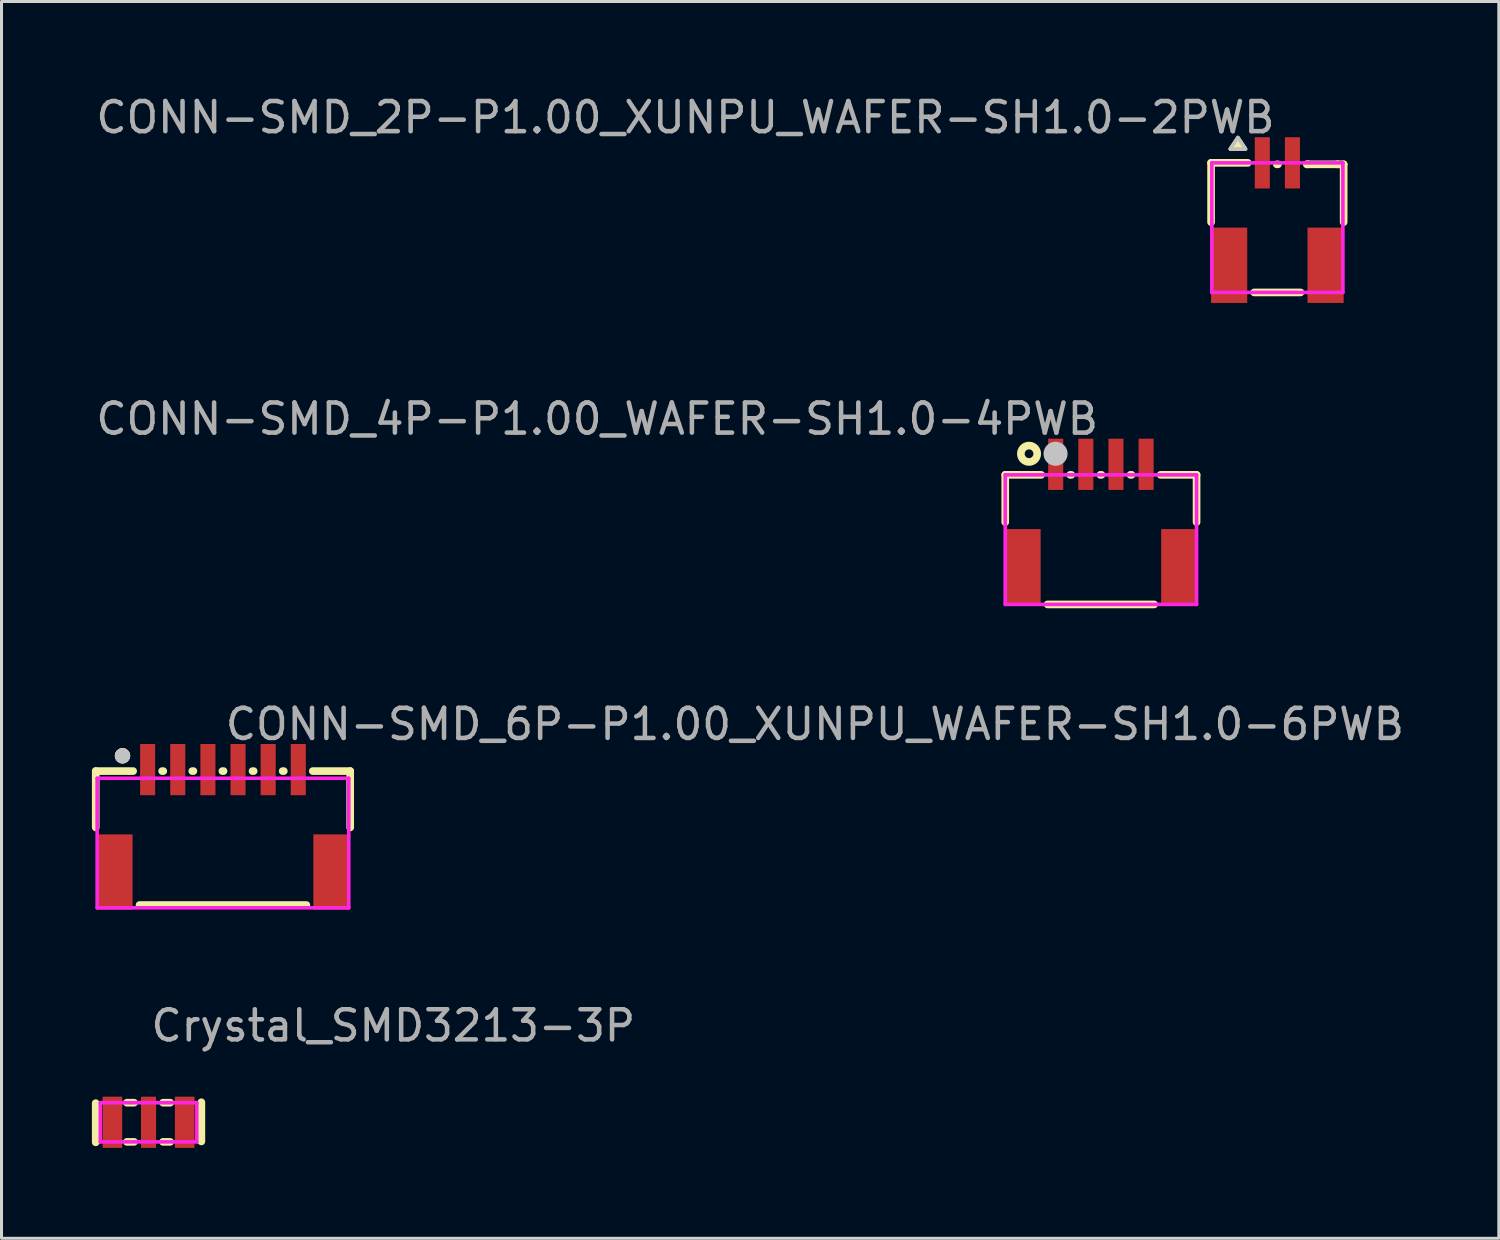
<source format=kicad_pcb>
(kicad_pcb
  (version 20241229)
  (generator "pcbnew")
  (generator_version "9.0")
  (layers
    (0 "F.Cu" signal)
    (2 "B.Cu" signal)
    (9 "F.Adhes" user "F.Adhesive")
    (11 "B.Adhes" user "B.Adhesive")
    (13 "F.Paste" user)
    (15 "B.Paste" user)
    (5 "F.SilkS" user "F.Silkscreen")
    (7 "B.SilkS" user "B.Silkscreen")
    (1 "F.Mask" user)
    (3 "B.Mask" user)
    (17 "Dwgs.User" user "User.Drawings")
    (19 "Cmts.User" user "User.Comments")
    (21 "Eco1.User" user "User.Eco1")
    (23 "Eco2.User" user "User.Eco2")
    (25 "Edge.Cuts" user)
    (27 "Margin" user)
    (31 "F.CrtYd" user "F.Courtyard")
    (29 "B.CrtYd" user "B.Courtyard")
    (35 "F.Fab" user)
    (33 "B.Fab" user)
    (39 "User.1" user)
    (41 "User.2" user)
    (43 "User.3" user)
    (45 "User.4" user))
  (footprint "CONN-SMD_6P-P1.00_XUNPU_WAFER-SH1.0-6PWB"
    (layer "F.Cu")
    (at 4.35 24.193)
    (property "Reference" "CONN-SMD_6P-P1.00_XUNPU_WAFER-SH1.0-6PWB" (at 0 -3.207 0) (layer "F.Fab") (effects (font (size 1 1) (thickness 0.15)) (justify left)))
    (attr through_hole)
    (fp_line (start -4.223 -1.651) (end -4.223 0.22) (stroke (width 0.254) (type solid)) (layer "F.SilkS"))
    (fp_line (start -4.223 -1.651) (end -2.981 -1.651) (stroke (width 0.254) (type solid)) (layer "F.SilkS"))
    (fp_line (start -2.019 -1.651) (end -1.981 -1.651) (stroke (width 0.254) (type solid)) (layer "F.SilkS"))
    (fp_line (start -1.019 -1.651) (end -0.981 -1.651) (stroke (width 0.254) (type solid)) (layer "F.SilkS"))
    (fp_line (start -0.019 -1.651) (end 0.019 -1.651) (stroke (width 0.254) (type solid)) (layer "F.SilkS"))
    (fp_line (start 0.981 -1.651) (end 1.019 -1.651) (stroke (width 0.254) (type solid)) (layer "F.SilkS"))
    (fp_line (start 1.981 -1.651) (end 2.019 -1.651) (stroke (width 0.254) (type solid)) (layer "F.SilkS"))
    (fp_line (start 2.769 2.794) (end -2.769 2.794) (stroke (width 0.254) (type solid)) (layer "F.SilkS"))
    (fp_line (start 2.981 -1.651) (end 4.223 -1.651) (stroke (width 0.254) (type solid)) (layer "F.SilkS"))
    (fp_line (start 4.223 -1.651) (end 4.223 0.22) (stroke (width 0.254) (type solid)) (layer "F.SilkS"))
    (fp_circle (center -3.334 -2.159) (end -3.207 -2.159) (stroke (width 0.254) (type solid)) (fill no) (layer "F.SilkS"))
    (fp_circle (center -3.334 -2.159) (end -3.207 -2.159) (stroke (width 0.254) (type solid)) (fill no) (layer "F.SilkS"))
    (fp_circle (center -3.334 -2.159) (end -3.207 -2.159) (stroke (width 0.254) (type solid)) (fill no) (layer "Dwgs.User"))
    (fp_circle (center -4.175 -2.163) (end -4.145 -2.163) (stroke (width 0.06) (type solid)) (fill no) (layer "Eco2.User"))
    (fp_poly (pts (xy -3.7 0.95) (xy -3.5 0.95) (xy -3.5 2.45) (xy -3.7 2.45)) (stroke (width 0.12) (type solid)) (fill no) (layer "Eco2.User"))
    (fp_poly (pts (xy -2.6 -2.163) (xy -2.4 -2.163) (xy -2.4 -1.363) (xy -2.6 -1.363)) (stroke (width 0.12) (type solid)) (fill no) (layer "Eco2.User"))
    (fp_poly (pts (xy -1.6 -2.163) (xy -1.4 -2.163) (xy -1.4 -1.363) (xy -1.6 -1.363)) (stroke (width 0.12) (type solid)) (fill no) (layer "Eco2.User"))
    (fp_poly (pts (xy -0.6 -2.163) (xy -0.4 -2.163) (xy -0.4 -1.363) (xy -0.6 -1.363)) (stroke (width 0.12) (type solid)) (fill no) (layer "Eco2.User"))
    (fp_poly (pts (xy 0.4 -2.163) (xy 0.6 -2.163) (xy 0.6 -1.363) (xy 0.4 -1.363)) (stroke (width 0.12) (type solid)) (fill no) (layer "Eco2.User"))
    (fp_poly (pts (xy 1.4 -2.163) (xy 1.6 -2.163) (xy 1.6 -1.363) (xy 1.4 -1.363)) (stroke (width 0.12) (type solid)) (fill no) (layer "Eco2.User"))
    (fp_poly (pts (xy 2.4 -2.163) (xy 2.6 -2.163) (xy 2.6 -1.363) (xy 2.4 -1.363)) (stroke (width 0.12) (type solid)) (fill no) (layer "Eco2.User"))
    (fp_poly (pts (xy 3.5 0.95) (xy 3.7 0.95) (xy 3.7 2.45) (xy 3.5 2.45)) (stroke (width 0.12) (type solid)) (fill no) (layer "Eco2.User"))
    (fp_line (start -4.175 -1.413) (end 4.175 -1.413) (stroke (width 0.12) (type solid)) (layer "F.CrtYd"))
    (fp_line (start -4.175 2.887) (end -4.175 -1.413) (stroke (width 0.12) (type solid)) (layer "F.CrtYd"))
    (fp_line (start 4.175 -1.413) (end 4.175 2.887) (stroke (width 0.12) (type solid)) (layer "F.CrtYd"))
    (fp_line (start 4.175 2.887) (end -4.175 2.887) (stroke (width 0.12) (type solid)) (layer "F.CrtYd"))
    (pad "1" smd rect (at -2.5 -1.7) (size 0.5 1.7) (layers "F.Cu" "F.Mask" "F.Paste"))
    (pad "2" smd rect (at -1.5 -1.7) (size 0.5 1.7) (layers "F.Cu" "F.Mask" "F.Paste"))
    (pad "3" smd rect (at -0.5 -1.7) (size 0.5 1.7) (layers "F.Cu" "F.Mask" "F.Paste"))
    (pad "4" smd rect (at 0.5 -1.7) (size 0.5 1.7) (layers "F.Cu" "F.Mask" "F.Paste"))
    (pad "5" smd rect (at 1.5 -1.7) (size 0.5 1.7) (layers "F.Cu" "F.Mask" "F.Paste"))
    (pad "6" smd rect (at 2.5 -1.7) (size 0.5 1.7) (layers "F.Cu" "F.Mask" "F.Paste"))
    (pad "7" smd rect (at 3.6 1.7) (size 1.2 2.5) (layers "F.Cu" "F.Mask" "F.Paste"))
    (pad "8" smd rect (at -3.6 1.7) (size 1.2 2.5) (layers "F.Cu" "F.Mask" "F.Paste")))
  (footprint "Crystal_SMD3213-3P"
    (layer "F.Cu")
    (at 1.88 34.198)
    (property "Reference" "Crystal_SMD3213-3P" (at 0 -3.207 0) (layer "F.Fab") (effects (font (size 1 1) (thickness 0.15)) (justify left)))
    (attr smd)
    (fp_line (start -1.753 -0.635) (end -1.753 0.665) (stroke (width 0.254) (type solid)) (layer "F.SilkS"))
    (fp_line (start -0.718 -0.65) (end -0.481 -0.65) (stroke (width 0.254) (type solid)) (layer "F.SilkS"))
    (fp_line (start -0.718 0.65) (end -0.481 0.65) (stroke (width 0.254) (type solid)) (layer "F.SilkS"))
    (fp_line (start 0.481 -0.65) (end 0.718 -0.65) (stroke (width 0.254) (type solid)) (layer "F.SilkS"))
    (fp_line (start 0.481 0.65) (end 0.718 0.65) (stroke (width 0.254) (type solid)) (layer "F.SilkS"))
    (fp_line (start 1.753 0.635) (end 1.753 -0.665) (stroke (width 0.254) (type solid)) (layer "F.SilkS"))
    (fp_circle (center -1.6 0.65) (end -1.57 0.65) (stroke (width 0.06) (type solid)) (fill no) (layer "Eco2.User"))
    (fp_poly (pts (xy -1 -0.65) (xy -1 0.65) (xy -1.4 0.65) (xy -1.4 -0.65)) (stroke (width 0.12) (type solid)) (fill no) (layer "Eco2.User"))
    (fp_poly (pts (xy 0.2 -0.65) (xy 0.2 0.65) (xy -0.2 0.65) (xy -0.2 -0.65)) (stroke (width 0.12) (type solid)) (fill no) (layer "Eco2.User"))
    (fp_poly (pts (xy 1.4 -0.65) (xy 1.4 0.65) (xy 1 0.65) (xy 1 -0.65)) (stroke (width 0.12) (type solid)) (fill no) (layer "Eco2.User"))
    (fp_line (start -1.6 -0.65) (end 1.6 -0.65) (stroke (width 0.12) (type solid)) (layer "F.CrtYd"))
    (fp_line (start -1.6 0.65) (end -1.6 -0.65) (stroke (width 0.12) (type solid)) (layer "F.CrtYd"))
    (fp_line (start 1.6 -0.65) (end 1.6 0.65) (stroke (width 0.12) (type solid)) (layer "F.CrtYd"))
    (fp_line (start 1.6 0.65) (end -1.6 0.65) (stroke (width 0.12) (type solid)) (layer "F.CrtYd"))
    (pad "1" smd rect (at -1.2 0) (size 0.65 1.7) (layers "F.Cu" "F.Mask" "F.Paste"))
    (pad "2" smd rect (at 0 0) (size 0.5 1.7) (layers "F.Cu" "F.Mask" "F.Paste"))
    (pad "3" smd rect (at 1.2 0) (size 0.65 1.7) (layers "F.Cu" "F.Mask" "F.Paste")))
  (footprint "CONN-SMD_2P-P1.00_XUNPU_WAFER-SH1.0-2PWB"
    (layer "F.Cu")
    (at 39.345 4.055)
    (property "Reference" "CONN-SMD_2P-P1.00_XUNPU_WAFER-SH1.0-2PWB" (at 0 -3.207 180) (layer "F.Fab") (effects (font (size 1 1) (thickness 0.15)) (justify right)))
    (attr through_hole)
    (fp_line (start -2.2 -1.7) (end -2.2 0.269) (stroke (width 0.254) (type solid)) (layer "F.SilkS"))
    (fp_line (start -0.98 -1.7) (end -2.2 -1.7) (stroke (width 0.254) (type solid)) (layer "F.SilkS"))
    (fp_line (start -0.019 -1.651) (end 0.019 -1.651) (stroke (width 0.254) (type solid)) (layer "F.SilkS"))
    (fp_line (start 0.769 2.6) (end -0.769 2.6) (stroke (width 0.254) (type solid)) (layer "F.SilkS"))
    (fp_line (start 0.981 -1.651) (end 1.019 -1.651) (stroke (width 0.254) (type solid)) (layer "F.SilkS"))
    (fp_line (start 0.981 -1.651) (end 2.2 -1.651) (stroke (width 0.254) (type solid)) (layer "F.SilkS"))
    (fp_line (start 1.981 -1.651) (end 2.019 -1.651) (stroke (width 0.254) (type solid)) (layer "F.SilkS"))
    (fp_line (start 2.2 -1.651) (end 2.2 0.268) (stroke (width 0.254) (type solid)) (layer "F.SilkS"))
    (fp_poly (pts (xy -1.31 -2.54) (xy -1.564 -2.159) (xy -1.056 -2.159)) (stroke (width 0.12) (type solid)) (fill yes) (layer "F.SilkS"))
    (fp_poly (pts (xy -1.31 -2.54) (xy -1.564 -2.159) (xy -1.056 -2.159)) (stroke (width 0.12) (type solid)) (fill no) (layer "Dwgs.User"))
    (fp_circle (center -2.175 -2.45) (end -2.145 -2.45) (stroke (width 0.06) (type solid)) (fill no) (layer "Eco2.User"))
    (fp_poly (pts (xy -1.7 0.6) (xy -1.5 0.6) (xy -1.5 2.6) (xy -1.7 2.6)) (stroke (width 0.12) (type solid)) (fill no) (layer "Eco2.User"))
    (fp_poly (pts (xy -0.6 -2.45) (xy -0.4 -2.45) (xy -0.4 -1) (xy -0.6 -1)) (stroke (width 0.12) (type solid)) (fill no) (layer "Eco2.User"))
    (fp_poly (pts (xy 0.4 -2.45) (xy 0.6 -2.45) (xy 0.6 -1) (xy 0.4 -1)) (stroke (width 0.12) (type solid)) (fill no) (layer "Eco2.User"))
    (fp_poly (pts (xy 1.5 0.6) (xy 1.7 0.6) (xy 1.7 2.6) (xy 1.5 2.6)) (stroke (width 0.12) (type solid)) (fill no) (layer "Eco2.User"))
    (fp_line (start -2.175 -1.7) (end 2.175 -1.7) (stroke (width 0.12) (type solid)) (layer "F.CrtYd"))
    (fp_line (start -2.175 2.6) (end -2.175 -1.7) (stroke (width 0.12) (type solid)) (layer "F.CrtYd"))
    (fp_line (start 2.175 -1.7) (end 2.175 2.6) (stroke (width 0.12) (type solid)) (layer "F.CrtYd"))
    (fp_line (start 2.175 2.6) (end -2.175 2.6) (stroke (width 0.12) (type solid)) (layer "F.CrtYd"))
    (pad "1" smd rect (at -0.5 -1.7) (size 0.5 1.7) (layers "F.Cu" "F.Mask" "F.Paste"))
    (pad "2" smd rect (at 0.5 -1.7) (size 0.5 1.7) (layers "F.Cu" "F.Mask" "F.Paste"))
    (pad "3" smd rect (at 1.6 1.7) (size 1.2 2.5) (layers "F.Cu" "F.Mask" "F.Paste"))
    (pad "4" smd rect (at -1.6 1.7) (size 1.2 2.5) (layers "F.Cu" "F.Mask" "F.Paste")))
  (footprint "CONN-SMD_4P-P1.00_WAFER-SH1.0-4PWB"
    (layer "F.Cu")
    (at 33.488 14.06)
    (property "Reference" "CONN-SMD_4P-P1.00_WAFER-SH1.0-4PWB" (at 0 -3.207 180) (layer "F.Fab") (effects (font (size 1 1) (thickness 0.15)) (justify right)))
    (attr through_hole)
    (fp_line (start -3.175 -1.35) (end -3.175 0.219) (stroke (width 0.254) (type solid)) (layer "F.SilkS"))
    (fp_line (start -1.981 -1.35) (end -3.175 -1.35) (stroke (width 0.254) (type solid)) (layer "F.SilkS"))
    (fp_line (start -1.769 2.95) (end 1.769 2.95) (stroke (width 0.254) (type solid)) (layer "F.SilkS"))
    (fp_line (start -0.981 -1.35) (end -1.019 -1.35) (stroke (width 0.254) (type solid)) (layer "F.SilkS"))
    (fp_line (start 0.019 -1.35) (end -0.019 -1.35) (stroke (width 0.254) (type solid)) (layer "F.SilkS"))
    (fp_line (start 1.019 -1.35) (end 0.981 -1.35) (stroke (width 0.254) (type solid)) (layer "F.SilkS"))
    (fp_line (start 1.981 -1.35) (end 3.175 -1.35) (stroke (width 0.254) (type solid)) (layer "F.SilkS"))
    (fp_line (start 3.175 -1.35) (end 3.175 0.219) (stroke (width 0.254) (type solid)) (layer "F.SilkS"))
    (fp_circle (center -2.385 -2.05) (end -2.113 -2.05) (stroke (width 0.254) (type solid)) (fill no) (layer "F.SilkS"))
    (fp_circle (center -1.505 -2.05) (end -1.305 -2.05) (stroke (width 0.4) (type solid)) (fill no) (layer "Dwgs.User"))
    (fp_circle (center -3.175 -2.1) (end -3.145 -2.1) (stroke (width 0.06) (type solid)) (fill no) (layer "Eco2.User"))
    (fp_poly (pts (xy -2.7 0.8) (xy -2.5 0.8) (xy -2.5 2.6) (xy -2.7 2.6)) (stroke (width 0.12) (type solid)) (fill no) (layer "Eco2.User"))
    (fp_poly (pts (xy -1.6 -2.1) (xy -1.4 -2.1) (xy -1.4 -1.3) (xy -1.6 -1.3)) (stroke (width 0.12) (type solid)) (fill no) (layer "Eco2.User"))
    (fp_poly (pts (xy -0.6 -2.1) (xy -0.4 -2.1) (xy -0.4 -1.3) (xy -0.6 -1.3)) (stroke (width 0.12) (type solid)) (fill no) (layer "Eco2.User"))
    (fp_poly (pts (xy 0.4 -2.1) (xy 0.6 -2.1) (xy 0.6 -1.3) (xy 0.4 -1.3)) (stroke (width 0.12) (type solid)) (fill no) (layer "Eco2.User"))
    (fp_poly (pts (xy 1.4 -2.1) (xy 1.6 -2.1) (xy 1.6 -1.3) (xy 1.4 -1.3)) (stroke (width 0.12) (type solid)) (fill no) (layer "Eco2.User"))
    (fp_poly (pts (xy 2.5 0.8) (xy 2.7 0.8) (xy 2.7 2.6) (xy 2.5 2.6)) (stroke (width 0.12) (type solid)) (fill no) (layer "Eco2.User"))
    (fp_line (start -3.175 -1.35) (end 3.175 -1.35) (stroke (width 0.12) (type solid)) (layer "F.CrtYd"))
    (fp_line (start -3.175 2.95) (end -3.175 -1.35) (stroke (width 0.12) (type solid)) (layer "F.CrtYd"))
    (fp_line (start 3.175 -1.35) (end 3.175 2.95) (stroke (width 0.12) (type solid)) (layer "F.CrtYd"))
    (fp_line (start 3.175 2.95) (end -3.175 2.95) (stroke (width 0.12) (type solid)) (layer "F.CrtYd"))
    (pad "1" smd rect (at -1.5 -1.7) (size 0.5 1.7) (layers "F.Cu" "F.Mask" "F.Paste"))
    (pad "2" smd rect (at -0.5 -1.7) (size 0.5 1.7) (layers "F.Cu" "F.Mask" "F.Paste"))
    (pad "3" smd rect (at 0.5 -1.7) (size 0.5 1.7) (layers "F.Cu" "F.Mask" "F.Paste"))
    (pad "4" smd rect (at 1.5 -1.7) (size 0.5 1.7) (layers "F.Cu" "F.Mask" "F.Paste"))
    (pad "5" smd rect (at -2.6 1.7) (size 1.2 2.5) (layers "F.Cu" "F.Mask" "F.Paste"))
    (pad "6" smd rect (at 2.6 1.7) (size 1.2 2.5) (layers "F.Cu" "F.Mask" "F.Paste")))
  (gr_rect
    (start -3 -3)
    (end 46.695 38.048)
    (stroke (width 0.1) (type default))
    (fill no)
    (layer "Edge.Cuts")))
</source>
